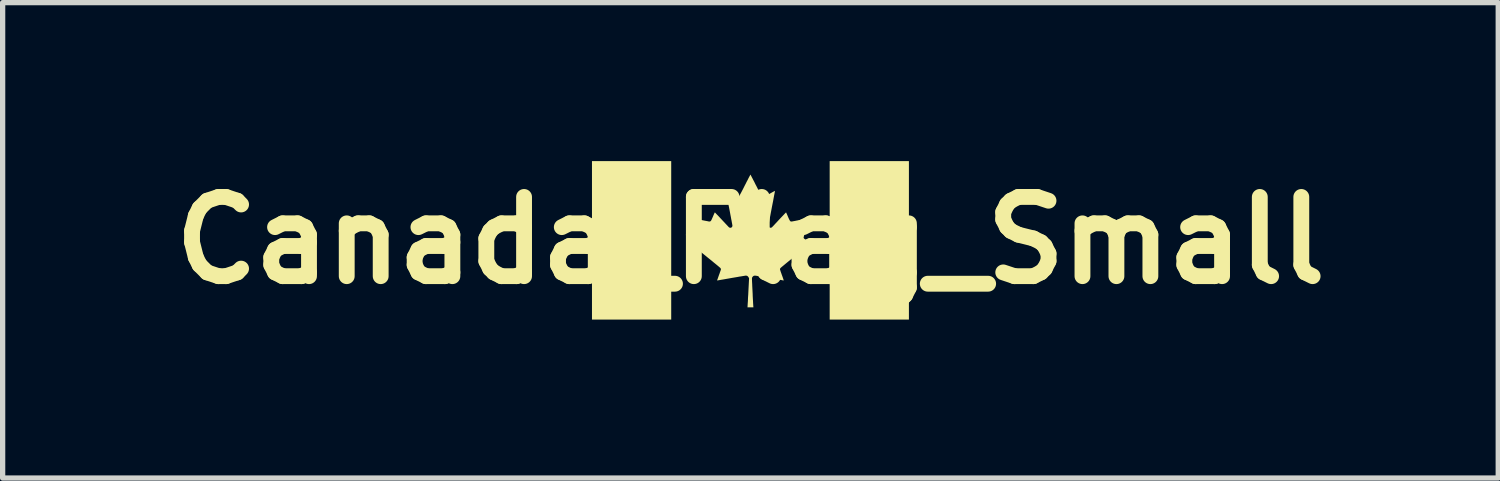
<source format=kicad_pcb>
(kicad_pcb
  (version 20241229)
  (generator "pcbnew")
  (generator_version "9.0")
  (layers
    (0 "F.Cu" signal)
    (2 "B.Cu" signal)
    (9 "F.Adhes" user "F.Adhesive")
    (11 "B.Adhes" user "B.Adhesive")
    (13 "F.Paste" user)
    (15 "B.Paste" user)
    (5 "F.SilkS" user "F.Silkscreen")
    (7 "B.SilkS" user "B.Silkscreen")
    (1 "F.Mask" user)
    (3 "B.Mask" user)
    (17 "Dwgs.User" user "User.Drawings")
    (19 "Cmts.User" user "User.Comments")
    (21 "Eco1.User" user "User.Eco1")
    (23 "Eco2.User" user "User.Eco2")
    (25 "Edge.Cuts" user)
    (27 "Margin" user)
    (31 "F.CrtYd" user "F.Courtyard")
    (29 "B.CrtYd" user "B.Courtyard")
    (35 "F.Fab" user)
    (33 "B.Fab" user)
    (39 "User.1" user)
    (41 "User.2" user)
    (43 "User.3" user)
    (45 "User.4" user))
  (footprint "Canada_Flag_Small"
    (layer "F.Cu")
    (at 11.157 1.5)
    (property "Reference" "Canada_Flag_Small" (at 0 0 0) (layer "F.SilkS") (effects (font (size 1.5 1.5) (thickness 0.3))))
    (attr board_only exclude_from_pos_files exclude_from_bom)
    (fp_poly (pts (xy -1.5 -0.000001) (xy -1.5 1.5) (xy -2.25 1.5) (xy -3 1.5) (xy -3 -0.000001) (xy -3 -1.5) (xy -2.25 -1.5) (xy -1.5 -1.5)) (stroke (width 0) (type solid)) (fill yes) (layer "F.SilkS"))
    (fp_poly (pts (xy 3 -0.000001) (xy 3 1.5) (xy 2.25 1.5) (xy 1.5 1.5) (xy 1.5 -0.000001) (xy 1.5 -1.5) (xy 2.25 -1.5) (xy 3 -1.5)) (stroke (width 0) (type solid)) (fill yes) (layer "F.SilkS"))
    (fp_poly (pts (xy 0.002 -1.242) (xy 0.007 -1.232) (xy 0.015 -1.217) (xy 0.025 -1.197) (xy 0.038 -1.173) (xy 0.052 -1.145) (xy 0.069 -1.114) (xy 0.086 -1.079) (xy 0.104 -1.043) (xy 0.107 -1.039) (xy 0.132 -0.989) (xy 0.154 -0.947) (xy 0.172 -0.911) (xy 0.188 -0.882) (xy 0.201 -0.859) (xy 0.21 -0.842) (xy 0.217 -0.831) (xy 0.221 -0.826) (xy 0.221 -0.826) (xy 0.227 -0.823) (xy 0.233 -0.821) (xy 0.24 -0.82) (xy 0.249 -0.822) (xy 0.26 -0.825) (xy 0.274 -0.832) (xy 0.291 -0.841) (xy 0.314 -0.853) (xy 0.341 -0.869) (xy 0.359 -0.879) (xy 0.385 -0.894) (xy 0.408 -0.907) (xy 0.428 -0.918) (xy 0.444 -0.927) (xy 0.456 -0.933) (xy 0.463 -0.936) (xy 0.464 -0.936) (xy 0.463 -0.932) (xy 0.462 -0.922) (xy 0.459 -0.905) (xy 0.455 -0.882) (xy 0.449 -0.854) (xy 0.443 -0.821) (xy 0.436 -0.784) (xy 0.429 -0.744) (xy 0.42 -0.7) (xy 0.411 -0.654) (xy 0.403 -0.612) (xy 0.394 -0.564) (xy 0.385 -0.518) (xy 0.377 -0.474) (xy 0.369 -0.433) (xy 0.362 -0.395) (xy 0.356 -0.362) (xy 0.351 -0.333) (xy 0.346 -0.31) (xy 0.343 -0.292) (xy 0.342 -0.281) (xy 0.341 -0.277) (xy 0.344 -0.263) (xy 0.352 -0.251) (xy 0.352 -0.25) (xy 0.361 -0.242) (xy 0.369 -0.239) (xy 0.38 -0.238) (xy 0.394 -0.24) (xy 0.404 -0.245) (xy 0.407 -0.248) (xy 0.412 -0.252) (xy 0.421 -0.262) (xy 0.434 -0.275) (xy 0.451 -0.293) (xy 0.47 -0.314) (xy 0.492 -0.337) (xy 0.516 -0.363) (xy 0.541 -0.39) (xy 0.544 -0.393) (xy 0.569 -0.42) (xy 0.593 -0.445) (xy 0.614 -0.467) (xy 0.633 -0.487) (xy 0.649 -0.504) (xy 0.661 -0.517) (xy 0.67 -0.525) (xy 0.674 -0.529) (xy 0.674 -0.529) (xy 0.676 -0.526) (xy 0.68 -0.517) (xy 0.687 -0.502) (xy 0.695 -0.484) (xy 0.704 -0.463) (xy 0.709 -0.451) (xy 0.721 -0.423) (xy 0.731 -0.401) (xy 0.74 -0.384) (xy 0.747 -0.372) (xy 0.753 -0.364) (xy 0.76 -0.359) (xy 0.767 -0.357) (xy 0.776 -0.356) (xy 0.777 -0.356) (xy 0.784 -0.357) (xy 0.798 -0.359) (xy 0.817 -0.363) (xy 0.841 -0.367) (xy 0.869 -0.373) (xy 0.9 -0.379) (xy 0.933 -0.386) (xy 0.957 -0.391) (xy 0.991 -0.398) (xy 1.023 -0.405) (xy 1.051 -0.411) (xy 1.076 -0.415) (xy 1.096 -0.419) (xy 1.11 -0.422) (xy 1.119 -0.423) (xy 1.121 -0.423) (xy 1.12 -0.419) (xy 1.117 -0.408) (xy 1.112 -0.392) (xy 1.105 -0.371) (xy 1.097 -0.345) (xy 1.087 -0.315) (xy 1.077 -0.283) (xy 1.066 -0.248) (xy 1.063 -0.241) (xy 1.049 -0.197) (xy 1.037 -0.16) (xy 1.027 -0.129) (xy 1.019 -0.104) (xy 1.014 -0.084) (xy 1.01 -0.069) (xy 1.007 -0.058) (xy 1.007 -0.052) (xy 1.007 -0.05) (xy 1.009 -0.043) (xy 1.014 -0.036) (xy 1.021 -0.029) (xy 1.033 -0.021) (xy 1.049 -0.012) (xy 1.07 -0.001) (xy 1.094 0.01) (xy 1.114 0.019) (xy 1.132 0.027) (xy 1.145 0.034) (xy 1.154 0.039) (xy 1.158 0.042) (xy 1.158 0.042) (xy 1.155 0.044) (xy 1.146 0.051) (xy 1.133 0.063) (xy 1.115 0.077) (xy 1.092 0.096) (xy 1.066 0.117) (xy 1.036 0.141) (xy 1.004 0.168) (xy 0.968 0.197) (xy 0.93 0.227) (xy 0.89 0.26) (xy 0.866 0.279) (xy 0.825 0.312) (xy 0.786 0.344) (xy 0.749 0.375) (xy 0.714 0.403) (xy 0.681 0.43) (xy 0.652 0.454) (xy 0.627 0.475) (xy 0.605 0.493) (xy 0.588 0.507) (xy 0.576 0.518) (xy 0.569 0.524) (xy 0.567 0.526) (xy 0.562 0.536) (xy 0.559 0.546) (xy 0.559 0.547) (xy 0.56 0.553) (xy 0.564 0.565) (xy 0.569 0.582) (xy 0.576 0.603) (xy 0.585 0.627) (xy 0.594 0.654) (xy 0.596 0.659) (xy 0.607 0.689) (xy 0.615 0.712) (xy 0.621 0.73) (xy 0.625 0.742) (xy 0.628 0.751) (xy 0.629 0.756) (xy 0.628 0.759) (xy 0.626 0.76) (xy 0.624 0.76) (xy 0.623 0.76) (xy 0.613 0.758) (xy 0.596 0.754) (xy 0.575 0.75) (xy 0.548 0.746) (xy 0.518 0.74) (xy 0.484 0.734) (xy 0.448 0.728) (xy 0.41 0.722) (xy 0.371 0.715) (xy 0.332 0.708) (xy 0.293 0.702) (xy 0.256 0.695) (xy 0.22 0.689) (xy 0.187 0.684) (xy 0.158 0.679) (xy 0.132 0.675) (xy 0.112 0.671) (xy 0.096 0.669) (xy 0.088 0.668) (xy 0.086 0.668) (xy 0.073 0.669) (xy 0.061 0.673) (xy 0.06 0.673) (xy 0.048 0.682) (xy 0.037 0.695) (xy 0.03 0.709) (xy 0.029 0.712) (xy 0.029 0.717) (xy 0.029 0.729) (xy 0.029 0.747) (xy 0.03 0.769) (xy 0.031 0.797) (xy 0.033 0.828) (xy 0.034 0.862) (xy 0.036 0.899) (xy 0.038 0.937) (xy 0.04 0.976) (xy 0.042 1.016) (xy 0.043 1.054) (xy 0.045 1.091) (xy 0.047 1.127) (xy 0.049 1.159) (xy 0.05 1.188) (xy 0.052 1.212) (xy 0.053 1.231) (xy 0.054 1.244) (xy 0.056 1.268) (xy -0.000001 1.268) (xy -0.056 1.268) (xy -0.054 1.244) (xy -0.054 1.236) (xy -0.053 1.222) (xy -0.052 1.201) (xy -0.05 1.175) (xy -0.048 1.144) (xy -0.047 1.11) (xy -0.045 1.071) (xy -0.042 1.031) (xy -0.04 0.988) (xy -0.039 0.969) (xy -0.026 0.718) (xy -0.035 0.701) (xy -0.047 0.684) (xy -0.063 0.672) (xy -0.081 0.668) (xy -0.085 0.668) (xy -0.091 0.668) (xy -0.104 0.67) (xy -0.123 0.673) (xy -0.148 0.677) (xy -0.177 0.682) (xy -0.211 0.687) (xy -0.248 0.694) (xy -0.289 0.701) (xy -0.331 0.708) (xy -0.366 0.714) (xy -0.41 0.722) (xy -0.451 0.729) (xy -0.49 0.736) (xy -0.525 0.742) (xy -0.556 0.747) (xy -0.583 0.752) (xy -0.604 0.756) (xy -0.62 0.758) (xy -0.629 0.76) (xy -0.632 0.76) (xy -0.631 0.757) (xy -0.628 0.747) (xy -0.622 0.732) (xy -0.615 0.713) (xy -0.607 0.69) (xy -0.598 0.664) (xy -0.596 0.658) (xy -0.586 0.632) (xy -0.578 0.607) (xy -0.57 0.585) (xy -0.564 0.568) (xy -0.56 0.555) (xy -0.559 0.548) (xy -0.559 0.547) (xy -0.561 0.538) (xy -0.566 0.527) (xy -0.567 0.526) (xy -0.571 0.522) (xy -0.581 0.513) (xy -0.595 0.501) (xy -0.614 0.485) (xy -0.638 0.465) (xy -0.665 0.443) (xy -0.696 0.418) (xy -0.729 0.39) (xy -0.765 0.361) (xy -0.804 0.33) (xy -0.844 0.297) (xy -0.866 0.279) (xy -0.907 0.246) (xy -0.946 0.215) (xy -0.983 0.185) (xy -1.017 0.157) (xy -1.049 0.131) (xy -1.077 0.108) (xy -1.102 0.088) (xy -1.123 0.071) (xy -1.139 0.057) (xy -1.15 0.048) (xy -1.157 0.043) (xy -1.158 0.042) (xy -1.155 0.039) (xy -1.146 0.035) (xy -1.132 0.028) (xy -1.115 0.02) (xy -1.095 0.01) (xy -1.094 0.01) (xy -1.067 -0.003) (xy -1.046 -0.013) (xy -1.031 -0.022) (xy -1.02 -0.03) (xy -1.013 -0.037) (xy -1.009 -0.044) (xy -1.007 -0.05) (xy -1.007 -0.055) (xy -1.009 -0.064) (xy -1.012 -0.077) (xy -1.017 -0.094) (xy -1.024 -0.117) (xy -1.032 -0.145) (xy -1.043 -0.18) (xy -1.056 -0.22) (xy -1.063 -0.241) (xy -1.075 -0.276) (xy -1.085 -0.309) (xy -1.095 -0.339) (xy -1.103 -0.366) (xy -1.11 -0.388) (xy -1.116 -0.406) (xy -1.119 -0.418) (xy -1.121 -0.423) (xy -1.121 -0.423) (xy -1.117 -0.423) (xy -1.106 -0.422) (xy -1.09 -0.419) (xy -1.069 -0.415) (xy -1.043 -0.409) (xy -1.014 -0.403) (xy -0.982 -0.397) (xy -0.956 -0.391) (xy -0.922 -0.384) (xy -0.889 -0.377) (xy -0.859 -0.371) (xy -0.832 -0.366) (xy -0.81 -0.362) (xy -0.793 -0.358) (xy -0.781 -0.357) (xy -0.777 -0.356) (xy -0.769 -0.357) (xy -0.762 -0.359) (xy -0.755 -0.363) (xy -0.748 -0.37) (xy -0.741 -0.381) (xy -0.733 -0.397) (xy -0.724 -0.418) (xy -0.712 -0.445) (xy -0.709 -0.451) (xy -0.7 -0.474) (xy -0.691 -0.494) (xy -0.684 -0.51) (xy -0.678 -0.522) (xy -0.675 -0.529) (xy -0.675 -0.53) (xy -0.672 -0.527) (xy -0.664 -0.52) (xy -0.653 -0.508) (xy -0.638 -0.492) (xy -0.619 -0.473) (xy -0.598 -0.451) (xy -0.575 -0.426) (xy -0.55 -0.399) (xy -0.545 -0.394) (xy -0.52 -0.367) (xy -0.495 -0.341) (xy -0.473 -0.317) (xy -0.453 -0.296) (xy -0.436 -0.278) (xy -0.422 -0.263) (xy -0.413 -0.253) (xy -0.407 -0.248) (xy -0.407 -0.248) (xy -0.397 -0.241) (xy -0.385 -0.238) (xy -0.38 -0.238) (xy -0.368 -0.239) (xy -0.36 -0.243) (xy -0.352 -0.25) (xy -0.344 -0.262) (xy -0.341 -0.275) (xy -0.341 -0.277) (xy -0.342 -0.283) (xy -0.344 -0.296) (xy -0.347 -0.315) (xy -0.352 -0.339) (xy -0.357 -0.369) (xy -0.364 -0.403) (xy -0.371 -0.442) (xy -0.379 -0.483) (xy -0.387 -0.528) (xy -0.396 -0.575) (xy -0.403 -0.612) (xy -0.413 -0.66) (xy -0.421 -0.706) (xy -0.43 -0.749) (xy -0.437 -0.789) (xy -0.444 -0.825) (xy -0.45 -0.857) (xy -0.455 -0.885) (xy -0.459 -0.907) (xy -0.462 -0.923) (xy -0.464 -0.933) (xy -0.464 -0.936) (xy -0.461 -0.935) (xy -0.452 -0.931) (xy -0.438 -0.923) (xy -0.42 -0.914) (xy -0.398 -0.902) (xy -0.374 -0.888) (xy -0.36 -0.88) (xy -0.329 -0.862) (xy -0.304 -0.848) (xy -0.284 -0.837) (xy -0.268 -0.829) (xy -0.255 -0.824) (xy -0.245 -0.821) (xy -0.237 -0.82) (xy -0.231 -0.821) (xy -0.225 -0.824) (xy -0.221 -0.826) (xy -0.217 -0.831) (xy -0.211 -0.84) (xy -0.202 -0.856) (xy -0.191 -0.877) (xy -0.176 -0.904) (xy -0.159 -0.937) (xy -0.138 -0.977) (xy -0.115 -1.023) (xy -0.107 -1.039) (xy -0.088 -1.075) (xy -0.071 -1.11) (xy -0.054 -1.141) (xy -0.04 -1.17) (xy -0.027 -1.195) (xy -0.016 -1.215) (xy -0.008 -1.231) (xy -0.002 -1.241) (xy -0.000068 -1.245) (xy -0.000001 -1.245)) (stroke (width 0) (type solid)) (fill yes) (layer "F.SilkS")))
  (gr_rect
    (start -3 -3)
    (end 25.314 6)
    (stroke (width 0.1) (type default))
    (fill no)
    (layer "Edge.Cuts")))
</source>
